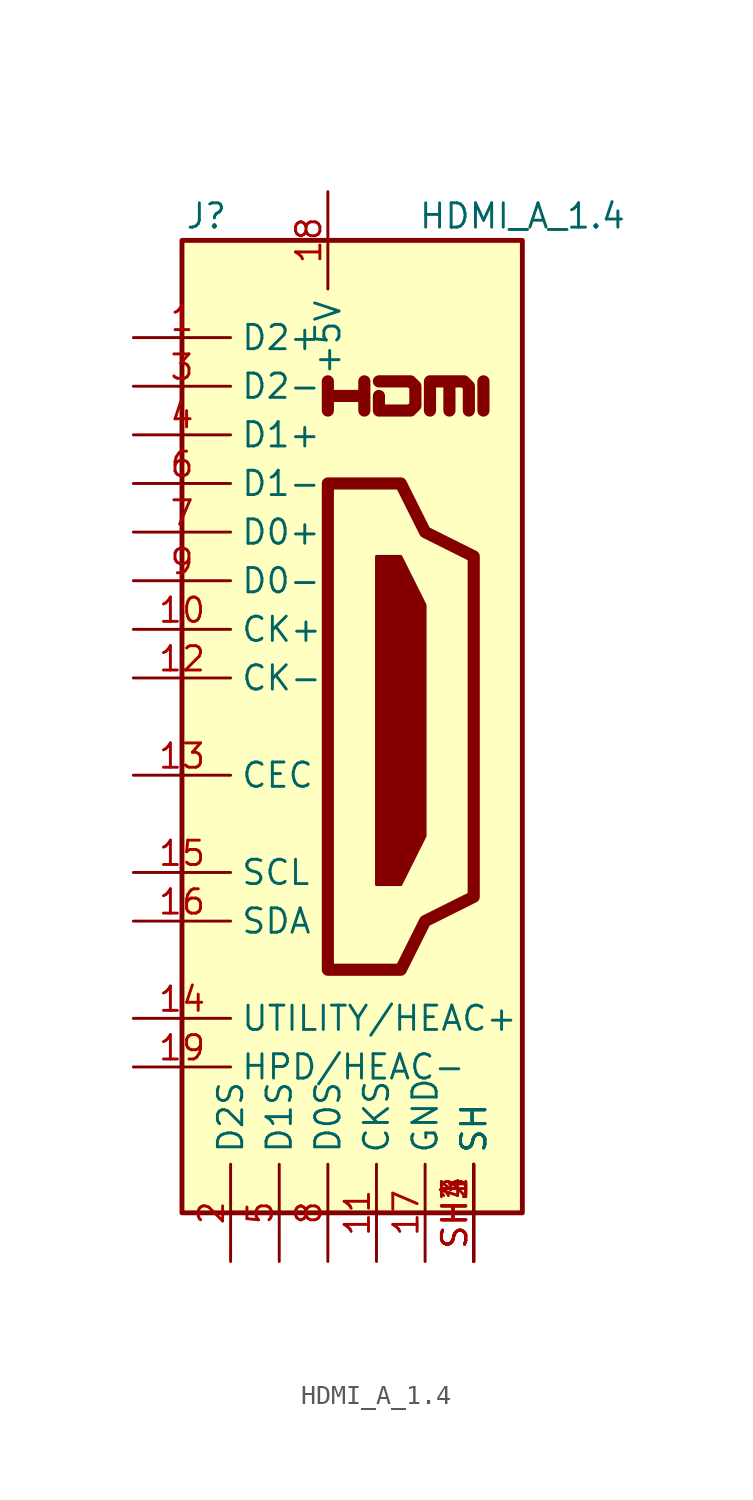
<source format=kicad_sym>
(kicad_symbol_lib
  (version 20231120)
  (generator "kicad_symbol_editor")
  (generator_version "8.0")
  (symbol "HDMI_A_1.4"
    (property "Reference" "J"
      (at -6.35 26.67 0)
      (effects (font (size 1.27 1.27))))
    (property "Value" "HDMI_A_1.4"
      (at 10.16 26.67 0)
      (effects (font (size 1.27 1.27))))
    (symbol "HDMI_A_1.4_0_0"
      (polyline (pts (xy 8.128 16.51) (xy 8.128 18.034)) (stroke (width 0.635) (type default)) (fill (type none)))
      (polyline (pts (xy 0 16.51) (xy 0 18.034) (xy 0 17.272) (xy 1.905 17.272) (xy 1.905 18.034) (xy 1.905 16.51)) (stroke (width 0.635) (type default)) (fill (type none)))
      (polyline (pts (xy 2.667 18.034) (xy 4.318 18.034) (xy 4.572 17.78) (xy 4.572 16.764) (xy 4.318 16.51) (xy 2.667 16.51) (xy 2.667 17.272)) (stroke (width 0.635) (type default)) (fill (type none)))
      (pin passive line (at 7.62 -27.94 90) (length 5.08) (name "SH" (effects (font (size 1.27 1.27)))) (number "SH2" (effects (font (size 1.27 1.27)))))
      (pin passive line (at 7.62 -27.94 90) (length 5.08) (name "SH" (effects (font (size 1.27 1.27)))) (number "SH3" (effects (font (size 1.27 1.27)))))
      (pin passive line (at 7.62 -27.94 90) (length 5.08) (name "SH" (effects (font (size 1.27 1.27)))) (number "SH4" (effects (font (size 1.27 1.27))))))
    (symbol "HDMI_A_1.4_0_1"
      (rectangle (start -7.62 25.4) (end 10.16 -25.4) (stroke (width 0.254) (type default)) (fill (type background)))
      (polyline (pts (xy 2.54 8.89) (xy 3.81 8.89) (xy 5.08 6.35) (xy 5.08 -5.715) (xy 3.81 -8.255) (xy 2.54 -8.255) (xy 2.54 8.89)) (stroke (width 0) (type default)) (fill (type outline)))
      (polyline (pts (xy 5.334 16.51) (xy 5.334 18.034) (xy 6.35 18.034) (xy 6.35 16.51) (xy 6.35 18.034) (xy 7.112 18.034) (xy 7.366 17.78) (xy 7.366 16.51)) (stroke (width 0.635) (type default)) (fill (type none)))
      (polyline (pts (xy 0 12.7) (xy 0 -12.7) (xy 3.81 -12.7) (xy 5.08 -10.16) (xy 7.62 -8.89) (xy 7.62 8.89) (xy 5.08 10.16) (xy 3.81 12.7) (xy 0 12.7)) (stroke (width 0.635) (type default)) (fill (type none))))
    (symbol "HDMI_A_1.4_1_1"
      (pin passive line (at -10.16 20.32 0) (length 5.08) (name "D2+" (effects (font (size 1.27 1.27)))) (number "1" (effects (font (size 1.27 1.27)))))
      (pin passive line (at -10.16 5.08 0) (length 5.08) (name "CK+" (effects (font (size 1.27 1.27)))) (number "10" (effects (font (size 1.27 1.27)))))
      (pin power_in line (at 2.54 -27.94 90) (length 5.08) (name "CKS" (effects (font (size 1.27 1.27)))) (number "11" (effects (font (size 1.27 1.27)))))
      (pin passive line (at -10.16 2.54 0) (length 5.08) (name "CK-" (effects (font (size 1.27 1.27)))) (number "12" (effects (font (size 1.27 1.27)))))
      (pin bidirectional line (at -10.16 -2.54 0) (length 5.08) (name "CEC" (effects (font (size 1.27 1.27)))) (number "13" (effects (font (size 1.27 1.27)))))
      (pin passive line (at -10.16 -15.24 0) (length 5.08) (name "UTILITY/HEAC+" (effects (font (size 1.27 1.27)))) (number "14" (effects (font (size 1.27 1.27)))))
      (pin passive line (at -10.16 -7.62 0) (length 5.08) (name "SCL" (effects (font (size 1.27 1.27)))) (number "15" (effects (font (size 1.27 1.27)))))
      (pin bidirectional line (at -10.16 -10.16 0) (length 5.08) (name "SDA" (effects (font (size 1.27 1.27)))) (number "16" (effects (font (size 1.27 1.27)))))
      (pin power_in line (at 5.08 -27.94 90) (length 5.08) (name "GND" (effects (font (size 1.27 1.27)))) (number "17" (effects (font (size 1.27 1.27)))))
      (pin power_in line (at 0 27.94 270) (length 5.08) (name "+5V" (effects (font (size 1.27 1.27)))) (number "18" (effects (font (size 1.27 1.27)))))
      (pin passive line (at -10.16 -17.78 0) (length 5.08) (name "HPD/HEAC-" (effects (font (size 1.27 1.27)))) (number "19" (effects (font (size 1.27 1.27)))))
      (pin power_in line (at -5.08 -27.94 90) (length 5.08) (name "D2S" (effects (font (size 1.27 1.27)))) (number "2" (effects (font (size 1.27 1.27)))))
      (pin passive line (at -10.16 17.78 0) (length 5.08) (name "D2-" (effects (font (size 1.27 1.27)))) (number "3" (effects (font (size 1.27 1.27)))))
      (pin passive line (at -10.16 15.24 0) (length 5.08) (name "D1+" (effects (font (size 1.27 1.27)))) (number "4" (effects (font (size 1.27 1.27)))))
      (pin power_in line (at -2.54 -27.94 90) (length 5.08) (name "D1S" (effects (font (size 1.27 1.27)))) (number "5" (effects (font (size 1.27 1.27)))))
      (pin passive line (at -10.16 12.7 0) (length 5.08) (name "D1-" (effects (font (size 1.27 1.27)))) (number "6" (effects (font (size 1.27 1.27)))))
      (pin passive line (at -10.16 10.16 0) (length 5.08) (name "D0+" (effects (font (size 1.27 1.27)))) (number "7" (effects (font (size 1.27 1.27)))))
      (pin power_in line (at 0 -27.94 90) (length 5.08) (name "D0S" (effects (font (size 1.27 1.27)))) (number "8" (effects (font (size 1.27 1.27)))))
      (pin passive line (at -10.16 7.62 0) (length 5.08) (name "D0-" (effects (font (size 1.27 1.27)))) (number "9" (effects (font (size 1.27 1.27)))))
      (pin passive line (at 7.62 -27.94 90) (length 5.08) (name "SH" (effects (font (size 1.27 1.27)))) (number "SH1" (effects (font (size 1.27 1.27))))))))
</source>
